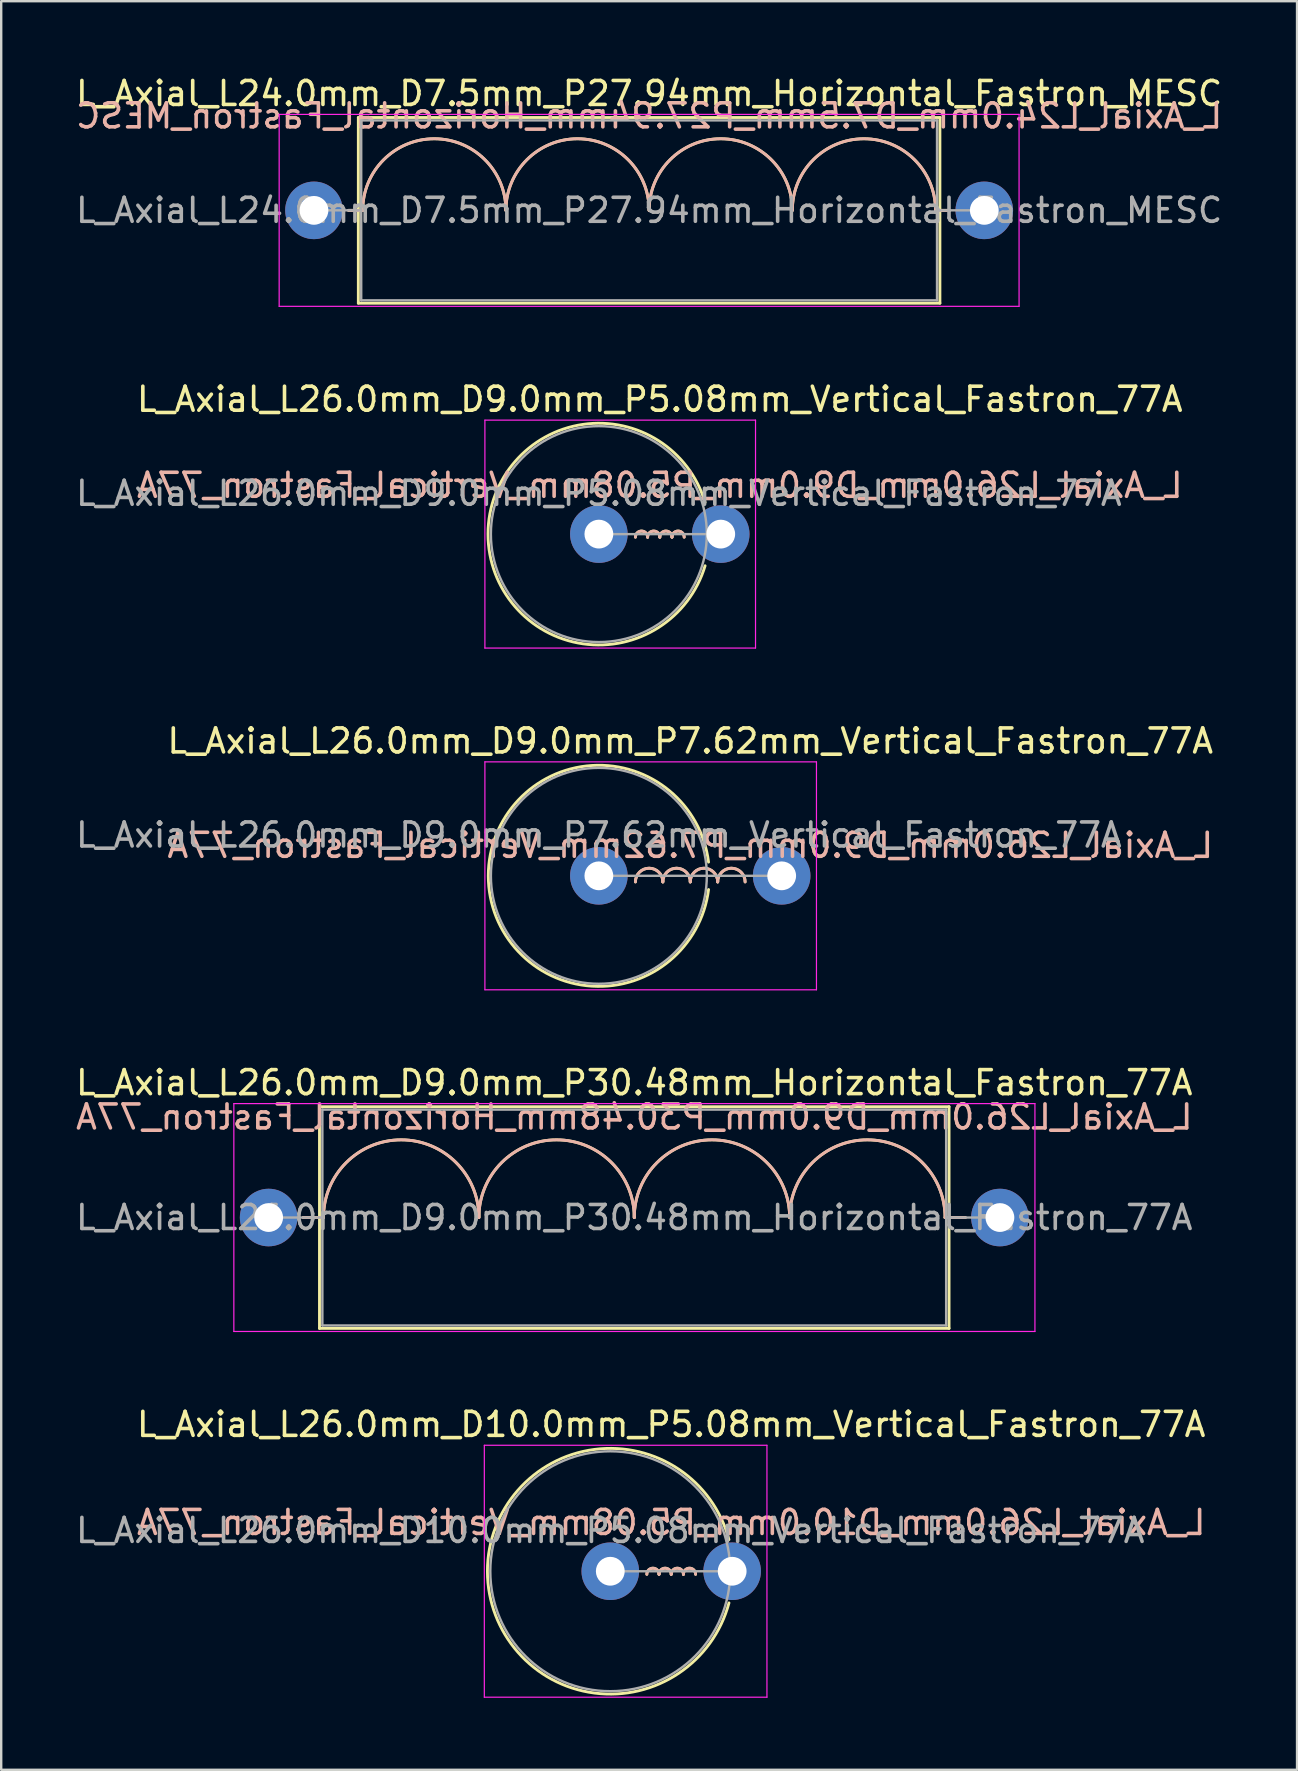
<source format=kicad_pcb>
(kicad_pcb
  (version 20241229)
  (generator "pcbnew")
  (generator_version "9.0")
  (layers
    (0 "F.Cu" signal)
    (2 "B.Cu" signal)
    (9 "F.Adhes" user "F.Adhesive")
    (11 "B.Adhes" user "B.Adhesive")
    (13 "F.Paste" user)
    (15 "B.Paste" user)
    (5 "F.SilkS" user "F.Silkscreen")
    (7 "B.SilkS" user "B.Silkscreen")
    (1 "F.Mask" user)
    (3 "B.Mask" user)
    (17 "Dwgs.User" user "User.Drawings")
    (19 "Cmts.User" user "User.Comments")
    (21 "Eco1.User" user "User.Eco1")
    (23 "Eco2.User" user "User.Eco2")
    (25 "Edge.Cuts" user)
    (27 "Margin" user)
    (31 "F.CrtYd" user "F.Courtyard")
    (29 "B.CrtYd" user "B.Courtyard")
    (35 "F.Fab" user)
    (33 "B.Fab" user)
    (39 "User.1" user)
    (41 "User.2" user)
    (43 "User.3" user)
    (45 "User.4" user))
  (footprint "L_Axial_L26.0mm_D9.0mm_P7.62mm_Vertical_Fastron_77A"
    (layer "F.Cu")
    (at 21.911 33.455)
    (property "Reference" "L_Axial_L26.0mm_D9.0mm_P7.62mm_Vertical_Fastron_77A" (at 3.81 -5.62 0) (layer "F.SilkS") (effects (font (size 1 1) (thickness 0.15))))
    (fp_arc (start 1.524 0.254) (mid 2.0955 -0.3175) (end 2.667 0.254) (stroke (width 0.12) (type solid)) (layer "F.SilkS"))
    (fp_arc (start 2.667 0.254) (mid 3.2385 -0.3175) (end 3.81 0.254) (stroke (width 0.12) (type solid)) (layer "F.SilkS"))
    (fp_arc (start 3.81 0.254) (mid 4.3815 -0.3175) (end 4.953 0.254) (stroke (width 0.12) (type solid)) (layer "F.SilkS"))
    (fp_arc (start 4.572 0.5715) (mid -4.60758 0) (end 4.572 -0.5715) (stroke (width 0.12) (type solid)) (layer "F.SilkS"))
    (fp_arc (start 4.953 0.254) (mid 5.5245 -0.3175) (end 6.096 0.254) (stroke (width 0.12) (type solid)) (layer "F.SilkS"))
    (fp_arc (start 1.524 0.254) (mid 2.0955 -0.3175) (end 2.667 0.254) (stroke (width 0.12) (type solid)) (layer "B.SilkS"))
    (fp_arc (start 2.667 0.254) (mid 3.2385 -0.3175) (end 3.81 0.254) (stroke (width 0.12) (type solid)) (layer "B.SilkS"))
    (fp_arc (start 3.81 0.254) (mid 4.3815 -0.3175) (end 4.953 0.254) (stroke (width 0.12) (type solid)) (layer "B.SilkS"))
    (fp_arc (start 4.953 0.254) (mid 5.5245 -0.3175) (end 6.096 0.254) (stroke (width 0.12) (type solid)) (layer "B.SilkS"))
    (fp_line (start -4.75 -4.75) (end -4.75 4.75) (stroke (width 0.05) (type solid)) (layer "F.CrtYd"))
    (fp_line (start -4.75 4.75) (end 9.07 4.75) (stroke (width 0.05) (type solid)) (layer "F.CrtYd"))
    (fp_line (start 9.07 -4.75) (end -4.75 -4.75) (stroke (width 0.05) (type solid)) (layer "F.CrtYd"))
    (fp_line (start 9.07 4.75) (end 9.07 -4.75) (stroke (width 0.05) (type solid)) (layer "F.CrtYd"))
    (fp_line (start 0 0) (end 7.62 0) (stroke (width 0.1) (type solid)) (layer "F.Fab"))
    (fp_circle (center 0 0) (end 4.5 0) (stroke (width 0.1) (type solid)) (fill no) (layer "F.Fab"))
    (fp_text user "${REFERENCE}" (at 3.81 -1.27 0) (layer "B.SilkS") (effects (font (size 1 1) (thickness 0.15)) (justify mirror)))
    (fp_text user "${REFERENCE}" (at 0 -1.7 0) (layer "F.Fab") (effects (font (size 1 1) (thickness 0.15))))
    (pad "1" thru_hole circle (at 0 0) (size 2.4 2.4) (drill 1.2) (layers "*.Cu" "*.Mask"))
    (pad "2" thru_hole oval (at 7.62 0) (size 2.4 2.4) (drill 1.2) (layers "*.Cu" "*.Mask")))
  (footprint "L_Axial_L26.0mm_D9.0mm_P30.48mm_Horizontal_Fastron_77A"
    (layer "F.Cu")
    (at 8.147 47.698)
    (property "Reference" "L_Axial_L26.0mm_D9.0mm_P30.48mm_Horizontal_Fastron_77A" (at 15.24 -5.62 0) (layer "F.SilkS") (effects (font (size 1 1) (thickness 0.15))))
    (fp_line (start 1.44 0) (end 2.12 0) (stroke (width 0.12) (type solid)) (layer "F.SilkS"))
    (fp_line (start 2.12 -4.62) (end 2.12 4.62) (stroke (width 0.12) (type solid)) (layer "F.SilkS"))
    (fp_line (start 2.12 4.62) (end 28.36 4.62) (stroke (width 0.12) (type solid)) (layer "F.SilkS"))
    (fp_line (start 2.286 0) (end 2.12 0) (stroke (width 0.12) (type solid)) (layer "F.SilkS"))
    (fp_line (start 28.194 0) (end 28.321 0) (stroke (width 0.12) (type solid)) (layer "F.SilkS"))
    (fp_line (start 28.321 0) (end 28.36 0) (stroke (width 0.12) (type solid)) (layer "F.SilkS"))
    (fp_line (start 28.36 -4.62) (end 2.12 -4.62) (stroke (width 0.12) (type solid)) (layer "F.SilkS"))
    (fp_line (start 28.36 4.62) (end 28.36 -4.62) (stroke (width 0.12) (type solid)) (layer "F.SilkS"))
    (fp_line (start 29.04 0) (end 28.36 0) (stroke (width 0.12) (type solid)) (layer "F.SilkS"))
    (fp_arc (start 2.286 0) (mid 5.5245 -3.2385) (end 8.763 0) (stroke (width 0.12) (type solid)) (layer "F.SilkS"))
    (fp_arc (start 8.763 0) (mid 12.0015 -3.2385) (end 15.24 0) (stroke (width 0.12) (type solid)) (layer "F.SilkS"))
    (fp_arc (start 15.24 0) (mid 18.4785 -3.2385) (end 21.717 0) (stroke (width 0.12) (type solid)) (layer "F.SilkS"))
    (fp_arc (start 21.717 0) (mid 24.9555 -3.2385) (end 28.194 0) (stroke (width 0.12) (type solid)) (layer "F.SilkS"))
    (fp_line (start 1.44 0) (end 2.12 0) (stroke (width 0.12) (type solid)) (layer "B.SilkS"))
    (fp_line (start 2.159 0) (end 2.12 0) (stroke (width 0.12) (type solid)) (layer "B.SilkS"))
    (fp_line (start 2.286 0) (end 2.159 0) (stroke (width 0.12) (type solid)) (layer "B.SilkS"))
    (fp_line (start 28.194 0) (end 28.36 0) (stroke (width 0.12) (type solid)) (layer "B.SilkS"))
    (fp_line (start 29.04 0) (end 28.36 0) (stroke (width 0.12) (type solid)) (layer "B.SilkS"))
    (fp_arc (start 2.286 0) (mid 5.5245 -3.2385) (end 8.763 0) (stroke (width 0.12) (type solid)) (layer "B.SilkS"))
    (fp_arc (start 8.763 0) (mid 12.0015 -3.2385) (end 15.24 0) (stroke (width 0.12) (type solid)) (layer "B.SilkS"))
    (fp_arc (start 15.24 0) (mid 18.4785 -3.2385) (end 21.717 0) (stroke (width 0.12) (type solid)) (layer "B.SilkS"))
    (fp_arc (start 21.717 0) (mid 24.9555 -3.2385) (end 28.194 0) (stroke (width 0.12) (type solid)) (layer "B.SilkS"))
    (fp_line (start -1.45 -4.75) (end -1.45 4.75) (stroke (width 0.05) (type solid)) (layer "F.CrtYd"))
    (fp_line (start -1.45 4.75) (end 31.94 4.75) (stroke (width 0.05) (type solid)) (layer "F.CrtYd"))
    (fp_line (start 31.94 -4.75) (end -1.45 -4.75) (stroke (width 0.05) (type solid)) (layer "F.CrtYd"))
    (fp_line (start 31.94 4.75) (end 31.94 -4.75) (stroke (width 0.05) (type solid)) (layer "F.CrtYd"))
    (fp_line (start 0 0) (end 2.24 0) (stroke (width 0.1) (type solid)) (layer "F.Fab"))
    (fp_line (start 2.24 -4.5) (end 2.24 4.5) (stroke (width 0.1) (type solid)) (layer "F.Fab"))
    (fp_line (start 2.24 4.5) (end 28.24 4.5) (stroke (width 0.1) (type solid)) (layer "F.Fab"))
    (fp_line (start 28.24 -4.5) (end 2.24 -4.5) (stroke (width 0.1) (type solid)) (layer "F.Fab"))
    (fp_line (start 28.24 4.5) (end 28.24 -4.5) (stroke (width 0.1) (type solid)) (layer "F.Fab"))
    (fp_line (start 30.48 0) (end 28.24 0) (stroke (width 0.1) (type solid)) (layer "F.Fab"))
    (fp_text user "${REFERENCE}" (at 15.24 -4.191 0) (layer "B.SilkS") (effects (font (size 1 1) (thickness 0.15)) (justify mirror)))
    (fp_text user "${REFERENCE}" (at 15.24 0 0) (layer "F.Fab") (effects (font (size 1 1) (thickness 0.15))))
    (pad "1" thru_hole circle (at 0 0) (size 2.4 2.4) (drill 1.2) (layers "*.Cu" "*.Mask"))
    (pad "2" thru_hole oval (at 30.48 0) (size 2.4 2.4) (drill 1.2) (layers "*.Cu" "*.Mask")))
  (footprint "L_Axial_L24.0mm_D7.5mm_P27.94mm_Horizontal_Fastron_MESC"
    (layer "F.Cu")
    (at 10.036 5.718)
    (property "Reference" "L_Axial_L24.0mm_D7.5mm_P27.94mm_Horizontal_Fastron_MESC" (at 13.97 -4.87 0) (layer "F.SilkS") (effects (font (size 1 1) (thickness 0.15))))
    (fp_line (start 1.44 0) (end 1.85 0) (stroke (width 0.12) (type solid)) (layer "F.SilkS"))
    (fp_line (start 1.85 -3.87) (end 1.85 3.87) (stroke (width 0.12) (type solid)) (layer "F.SilkS"))
    (fp_line (start 1.85 3.87) (end 26.09 3.87) (stroke (width 0.12) (type solid)) (layer "F.SilkS"))
    (fp_line (start 2.032 0) (end 1.85 0) (stroke (width 0.12) (type solid)) (layer "F.SilkS"))
    (fp_line (start 25.908 0) (end 26.09 0) (stroke (width 0.12) (type solid)) (layer "F.SilkS"))
    (fp_line (start 26.09 -3.87) (end 1.85 -3.87) (stroke (width 0.12) (type solid)) (layer "F.SilkS"))
    (fp_line (start 26.09 3.87) (end 26.09 -3.87) (stroke (width 0.12) (type solid)) (layer "F.SilkS"))
    (fp_line (start 26.5 0) (end 26.09 0) (stroke (width 0.12) (type solid)) (layer "F.SilkS"))
    (fp_arc (start 2.032 0) (mid 5.0165 -2.9845) (end 8.001 0) (stroke (width 0.12) (type solid)) (layer "F.SilkS"))
    (fp_arc (start 8.001 0) (mid 10.9855 -2.9845) (end 13.97 0) (stroke (width 0.12) (type solid)) (layer "F.SilkS"))
    (fp_arc (start 13.97 0) (mid 16.9545 -2.9845) (end 19.939 0) (stroke (width 0.12) (type solid)) (layer "F.SilkS"))
    (fp_arc (start 19.939 0) (mid 22.9235 -2.9845) (end 25.908 0) (stroke (width 0.12) (type solid)) (layer "F.SilkS"))
    (fp_line (start 1.44 0) (end 1.85 0) (stroke (width 0.12) (type solid)) (layer "B.SilkS"))
    (fp_line (start 2.032 0) (end 1.85 0) (stroke (width 0.12) (type solid)) (layer "B.SilkS"))
    (fp_line (start 25.908 0) (end 26.09 0) (stroke (width 0.12) (type solid)) (layer "B.SilkS"))
    (fp_line (start 26.5 0) (end 26.09 0) (stroke (width 0.12) (type solid)) (layer "B.SilkS"))
    (fp_arc (start 2.032 0) (mid 5.0165 -2.9845) (end 8.001 0) (stroke (width 0.12) (type solid)) (layer "B.SilkS"))
    (fp_arc (start 8.001 0) (mid 10.9855 -2.9845) (end 13.97 0) (stroke (width 0.12) (type solid)) (layer "B.SilkS"))
    (fp_arc (start 13.97 0) (mid 16.9545 -2.9845) (end 19.939 0) (stroke (width 0.12) (type solid)) (layer "B.SilkS"))
    (fp_arc (start 19.939 0) (mid 22.9235 -2.9845) (end 25.908 0) (stroke (width 0.12) (type solid)) (layer "B.SilkS"))
    (fp_line (start -1.45 -4) (end -1.45 4) (stroke (width 0.05) (type solid)) (layer "F.CrtYd"))
    (fp_line (start -1.45 4) (end 29.39 4) (stroke (width 0.05) (type solid)) (layer "F.CrtYd"))
    (fp_line (start 29.39 -4) (end -1.45 -4) (stroke (width 0.05) (type solid)) (layer "F.CrtYd"))
    (fp_line (start 29.39 4) (end 29.39 -4) (stroke (width 0.05) (type solid)) (layer "F.CrtYd"))
    (fp_line (start 0 0) (end 1.97 0) (stroke (width 0.1) (type solid)) (layer "F.Fab"))
    (fp_line (start 1.97 -3.75) (end 1.97 3.75) (stroke (width 0.1) (type solid)) (layer "F.Fab"))
    (fp_line (start 1.97 3.75) (end 25.97 3.75) (stroke (width 0.1) (type solid)) (layer "F.Fab"))
    (fp_line (start 25.97 -3.75) (end 1.97 -3.75) (stroke (width 0.1) (type solid)) (layer "F.Fab"))
    (fp_line (start 25.97 3.75) (end 25.97 -3.75) (stroke (width 0.1) (type solid)) (layer "F.Fab"))
    (fp_line (start 27.94 0) (end 25.97 0) (stroke (width 0.1) (type solid)) (layer "F.Fab"))
    (fp_text user "${REFERENCE}" (at 13.97 -3.937 0) (layer "B.SilkS") (effects (font (size 1 1) (thickness 0.15)) (justify mirror)))
    (fp_text user "${REFERENCE}" (at 13.97 0 0) (layer "F.Fab") (effects (font (size 1 1) (thickness 0.15))))
    (pad "1" thru_hole circle (at 0 0) (size 2.4 2.4) (drill 1.2) (layers "*.Cu" "*.Mask"))
    (pad "2" thru_hole oval (at 27.94 0) (size 2.4 2.4) (drill 1.2) (layers "*.Cu" "*.Mask")))
  (footprint "L_Axial_L26.0mm_D9.0mm_P5.08mm_Vertical_Fastron_77A"
    (layer "F.Cu")
    (at 21.911 19.212)
    (property "Reference" "L_Axial_L26.0mm_D9.0mm_P5.08mm_Vertical_Fastron_77A" (at 2.54 -5.62 0) (layer "F.SilkS") (effects (font (size 1 1) (thickness 0.15))))
    (fp_arc (start 1.524 0.127) (mid 1.778 -0.127) (end 2.032 0.127) (stroke (width 0.12) (type solid)) (layer "F.SilkS"))
    (fp_arc (start 2.032 0.127) (mid 2.286 -0.127) (end 2.54 0.127) (stroke (width 0.12) (type solid)) (layer "F.SilkS"))
    (fp_arc (start 2.54 0.127) (mid 2.794 -0.127) (end 3.048 0.127) (stroke (width 0.12) (type solid)) (layer "F.SilkS"))
    (fp_arc (start 3.048 0.127) (mid 3.302 -0.127) (end 3.556 0.127) (stroke (width 0.12) (type solid)) (layer "F.SilkS"))
    (fp_arc (start 4.427415 1.32) (mid -4.62 0) (end 4.427415 -1.32) (stroke (width 0.12) (type solid)) (layer "F.SilkS"))
    (fp_arc (start 1.524 0.127) (mid 1.778 -0.127) (end 2.032 0.127) (stroke (width 0.12) (type solid)) (layer "B.SilkS"))
    (fp_arc (start 2.032 0.127) (mid 2.286 -0.127) (end 2.54 0.127) (stroke (width 0.12) (type solid)) (layer "B.SilkS"))
    (fp_arc (start 2.54 0.127) (mid 2.794 -0.127) (end 3.048 0.127) (stroke (width 0.12) (type solid)) (layer "B.SilkS"))
    (fp_arc (start 3.048 0.127) (mid 3.302 -0.127) (end 3.556 0.127) (stroke (width 0.12) (type solid)) (layer "B.SilkS"))
    (fp_line (start -4.75 -4.75) (end -4.75 4.75) (stroke (width 0.05) (type solid)) (layer "F.CrtYd"))
    (fp_line (start -4.75 4.75) (end 6.53 4.75) (stroke (width 0.05) (type solid)) (layer "F.CrtYd"))
    (fp_line (start 6.53 -4.75) (end -4.75 -4.75) (stroke (width 0.05) (type solid)) (layer "F.CrtYd"))
    (fp_line (start 6.53 4.75) (end 6.53 -4.75) (stroke (width 0.05) (type solid)) (layer "F.CrtYd"))
    (fp_line (start 0 0) (end 5.08 0) (stroke (width 0.1) (type solid)) (layer "F.Fab"))
    (fp_circle (center 0 0) (end 4.5 0) (stroke (width 0.1) (type solid)) (fill no) (layer "F.Fab"))
    (fp_text user "${REFERENCE}" (at 2.54 -2.032 0) (layer "B.SilkS") (effects (font (size 1 1) (thickness 0.15)) (justify mirror)))
    (fp_text user "${REFERENCE}" (at 0 -1.7 0) (layer "F.Fab") (effects (font (size 1 1) (thickness 0.15))))
    (pad "1" thru_hole circle (at 0 0) (size 2.4 2.4) (drill 1.2) (layers "*.Cu" "*.Mask"))
    (pad "2" thru_hole oval (at 5.08 0) (size 2.4 2.4) (drill 1.2) (layers "*.Cu" "*.Mask")))
  (footprint "L_Axial_L26.0mm_D10.0mm_P5.08mm_Vertical_Fastron_77A"
    (layer "F.Cu")
    (at 22.387 62.441)
    (property "Reference" "L_Axial_L26.0mm_D10.0mm_P5.08mm_Vertical_Fastron_77A" (at 2.54 -6.12 0) (layer "F.SilkS") (effects (font (size 1 1) (thickness 0.15))))
    (fp_arc (start 1.524 0.127) (mid 1.778 -0.127) (end 2.032 0.127) (stroke (width 0.12) (type solid)) (layer "F.SilkS"))
    (fp_arc (start 2.032 0.127) (mid 2.286 -0.127) (end 2.54 0.127) (stroke (width 0.12) (type solid)) (layer "F.SilkS"))
    (fp_arc (start 2.54 0.127) (mid 2.794 -0.127) (end 3.048 0.127) (stroke (width 0.12) (type solid)) (layer "F.SilkS"))
    (fp_arc (start 3.048 0.127) (mid 3.302 -0.127) (end 3.556 0.127) (stroke (width 0.12) (type solid)) (layer "F.SilkS"))
    (fp_arc (start 4.946918 1.32) (mid -5.12 0) (end 4.946918 -1.32) (stroke (width 0.12) (type solid)) (layer "F.SilkS"))
    (fp_arc (start 1.524 0.127) (mid 1.778 -0.127) (end 2.032 0.127) (stroke (width 0.12) (type solid)) (layer "B.SilkS"))
    (fp_arc (start 2.032 0.127) (mid 2.286 -0.127) (end 2.54 0.127) (stroke (width 0.12) (type solid)) (layer "B.SilkS"))
    (fp_arc (start 2.54 0.127) (mid 2.794 -0.127) (end 3.048 0.127) (stroke (width 0.12) (type solid)) (layer "B.SilkS"))
    (fp_arc (start 3.048 0.127) (mid 3.302 -0.127) (end 3.556 0.127) (stroke (width 0.12) (type solid)) (layer "B.SilkS"))
    (fp_line (start -5.25 -5.25) (end -5.25 5.25) (stroke (width 0.05) (type solid)) (layer "F.CrtYd"))
    (fp_line (start -5.25 5.25) (end 6.53 5.25) (stroke (width 0.05) (type solid)) (layer "F.CrtYd"))
    (fp_line (start 6.53 -5.25) (end -5.25 -5.25) (stroke (width 0.05) (type solid)) (layer "F.CrtYd"))
    (fp_line (start 6.53 5.25) (end 6.53 -5.25) (stroke (width 0.05) (type solid)) (layer "F.CrtYd"))
    (fp_line (start 0 0) (end 5.08 0) (stroke (width 0.1) (type solid)) (layer "F.Fab"))
    (fp_circle (center 0 0) (end 5 0) (stroke (width 0.1) (type solid)) (fill no) (layer "F.Fab"))
    (fp_text user "${REFERENCE}" (at 2.54 -2.032 0) (layer "B.SilkS") (effects (font (size 1 1) (thickness 0.15)) (justify mirror)))
    (fp_text user "${REFERENCE}" (at 0 -1.7 0) (layer "F.Fab") (effects (font (size 1 1) (thickness 0.15))))
    (pad "1" thru_hole circle (at 0 0) (size 2.4 2.4) (drill 1.2) (layers "*.Cu" "*.Mask"))
    (pad "2" thru_hole oval (at 5.08 0) (size 2.4 2.4) (drill 1.2) (layers "*.Cu" "*.Mask")))
  (gr_rect
    (start -3 -3)
    (end 51.012 70.716)
    (stroke (width 0.1) (type default))
    (fill no)
    (layer "Edge.Cuts")))
</source>
